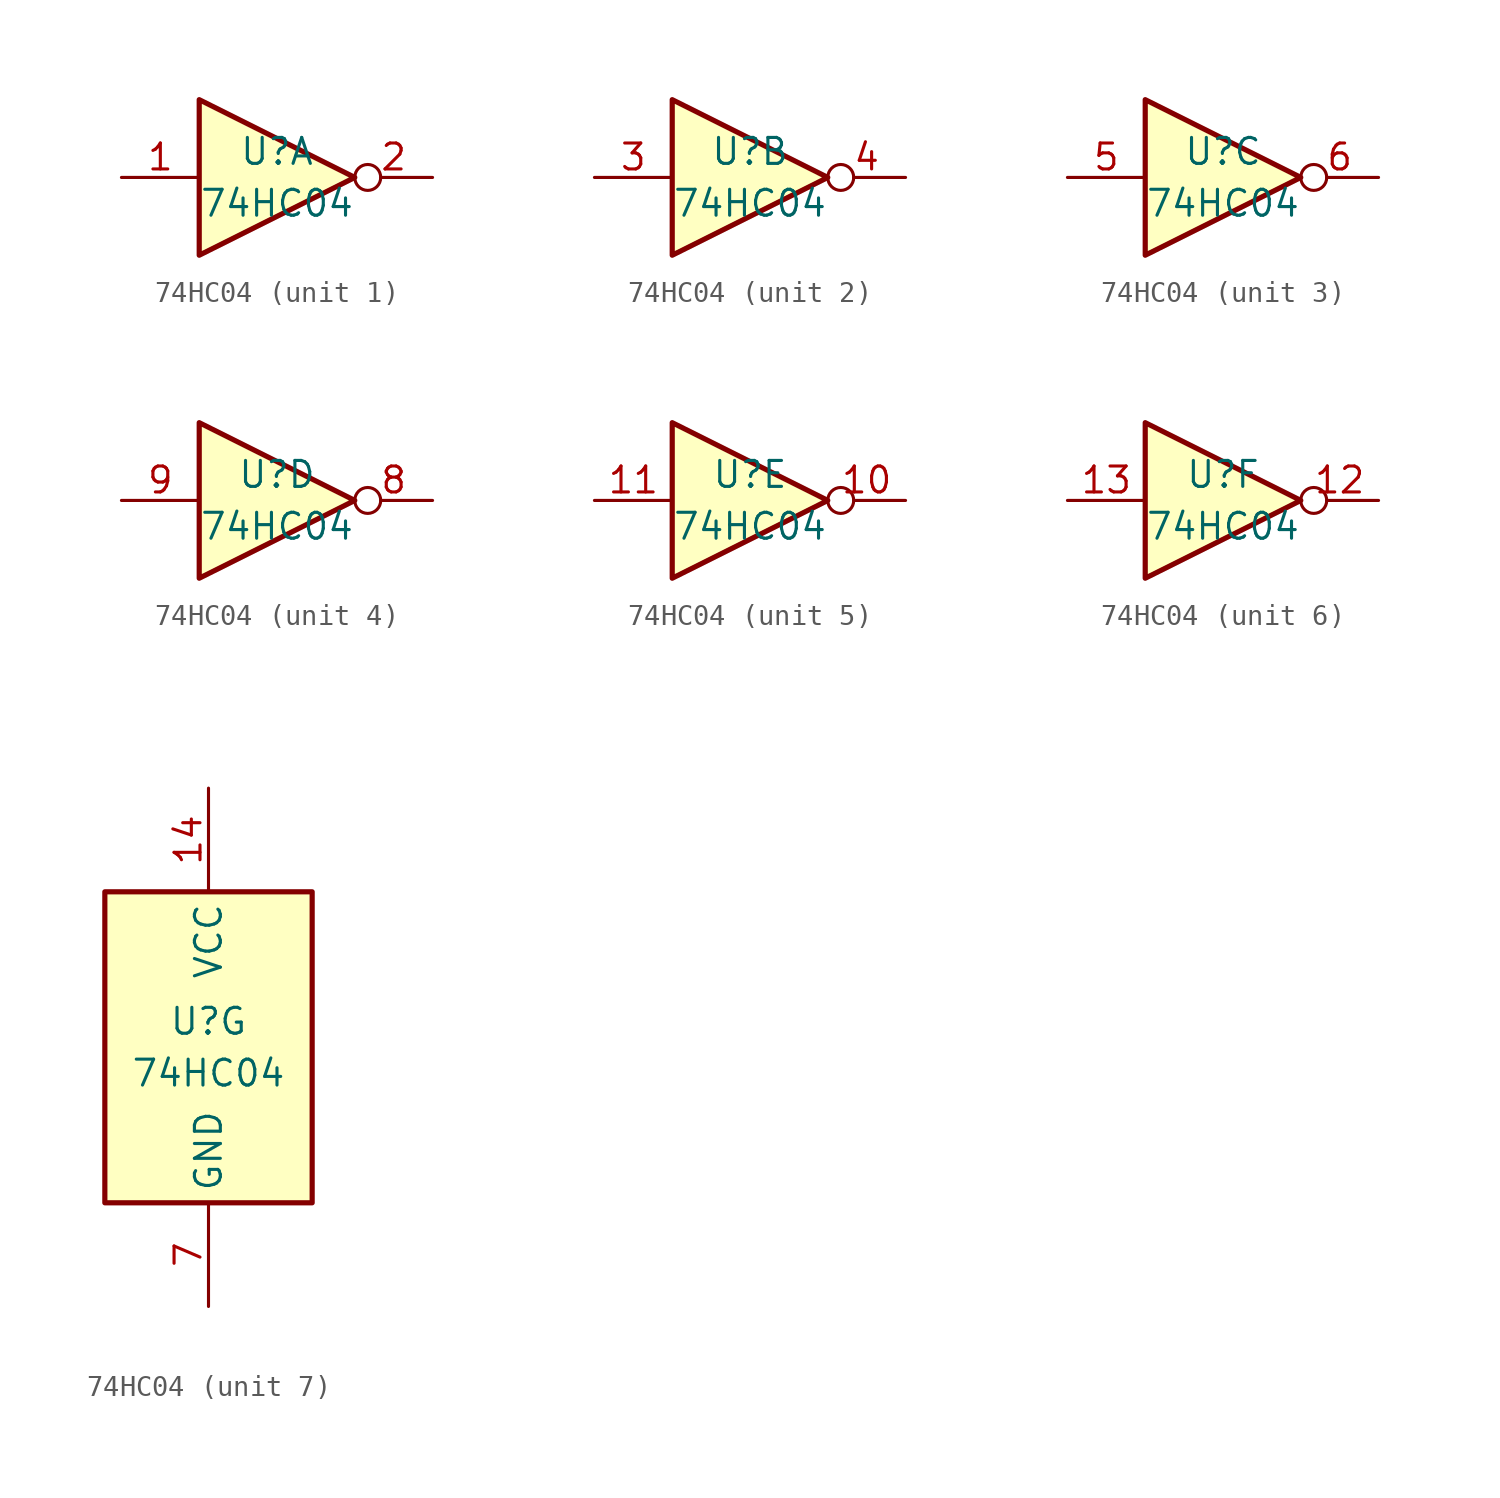
<source format=kicad_sym>
(kicad_symbol_lib
  (version 20231120)
  (generator "kicad_symbol_editor")
  (generator_version "8.0")
  (symbol "74HC04"
    (property "Reference" "U"
      (at 0 1.27 0)
      (effects (font (size 1.27 1.27))))
    (property "Value" "74HC04"
      (at 0 -1.27 0)
      (effects (font (size 1.27 1.27))))
    (property "ki_locked" ""
      (at 0 0 0)
      (effects (font (size 1.27 1.27))))
    (symbol "74HC04_1_0"
      (polyline (pts (xy -3.81 3.81) (xy -3.81 -3.81) (xy 3.81 0) (xy -3.81 3.81)) (stroke (width 0.254) (type default)) (fill (type background)))
      (pin input line (at -7.62 0 0) (length 3.81) (name "~" (effects (font (size 1.27 1.27)))) (number "1" (effects (font (size 1.27 1.27)))))
      (pin output inverted (at 7.62 0 180) (length 3.81) (name "~" (effects (font (size 1.27 1.27)))) (number "2" (effects (font (size 1.27 1.27))))))
    (symbol "74HC04_2_0"
      (polyline (pts (xy -3.81 3.81) (xy -3.81 -3.81) (xy 3.81 0) (xy -3.81 3.81)) (stroke (width 0.254) (type default)) (fill (type background)))
      (pin input line (at -7.62 0 0) (length 3.81) (name "~" (effects (font (size 1.27 1.27)))) (number "3" (effects (font (size 1.27 1.27)))))
      (pin output inverted (at 7.62 0 180) (length 3.81) (name "~" (effects (font (size 1.27 1.27)))) (number "4" (effects (font (size 1.27 1.27))))))
    (symbol "74HC04_3_0"
      (polyline (pts (xy -3.81 3.81) (xy -3.81 -3.81) (xy 3.81 0) (xy -3.81 3.81)) (stroke (width 0.254) (type default)) (fill (type background)))
      (pin input line (at -7.62 0 0) (length 3.81) (name "~" (effects (font (size 1.27 1.27)))) (number "5" (effects (font (size 1.27 1.27)))))
      (pin output inverted (at 7.62 0 180) (length 3.81) (name "~" (effects (font (size 1.27 1.27)))) (number "6" (effects (font (size 1.27 1.27))))))
    (symbol "74HC04_4_0"
      (polyline (pts (xy -3.81 3.81) (xy -3.81 -3.81) (xy 3.81 0) (xy -3.81 3.81)) (stroke (width 0.254) (type default)) (fill (type background)))
      (pin output inverted (at 7.62 0 180) (length 3.81) (name "~" (effects (font (size 1.27 1.27)))) (number "8" (effects (font (size 1.27 1.27)))))
      (pin input line (at -7.62 0 0) (length 3.81) (name "~" (effects (font (size 1.27 1.27)))) (number "9" (effects (font (size 1.27 1.27))))))
    (symbol "74HC04_5_0"
      (polyline (pts (xy -3.81 3.81) (xy -3.81 -3.81) (xy 3.81 0) (xy -3.81 3.81)) (stroke (width 0.254) (type default)) (fill (type background)))
      (pin output inverted (at 7.62 0 180) (length 3.81) (name "~" (effects (font (size 1.27 1.27)))) (number "10" (effects (font (size 1.27 1.27)))))
      (pin input line (at -7.62 0 0) (length 3.81) (name "~" (effects (font (size 1.27 1.27)))) (number "11" (effects (font (size 1.27 1.27))))))
    (symbol "74HC04_6_0"
      (polyline (pts (xy -3.81 3.81) (xy -3.81 -3.81) (xy 3.81 0) (xy -3.81 3.81)) (stroke (width 0.254) (type default)) (fill (type background)))
      (pin output inverted (at 7.62 0 180) (length 3.81) (name "~" (effects (font (size 1.27 1.27)))) (number "12" (effects (font (size 1.27 1.27)))))
      (pin input line (at -7.62 0 0) (length 3.81) (name "~" (effects (font (size 1.27 1.27)))) (number "13" (effects (font (size 1.27 1.27))))))
    (symbol "74HC04_7_0"
      (pin power_in line (at 0 12.7 270) (length 5.08) (name "VCC" (effects (font (size 1.27 1.27)))) (number "14" (effects (font (size 1.27 1.27)))))
      (pin power_in line (at 0 -12.7 90) (length 5.08) (name "GND" (effects (font (size 1.27 1.27)))) (number "7" (effects (font (size 1.27 1.27))))))
    (symbol "74HC04_7_1"
      (rectangle (start -5.08 7.62) (end 5.08 -7.62) (stroke (width 0.254) (type default)) (fill (type background))))))
</source>
